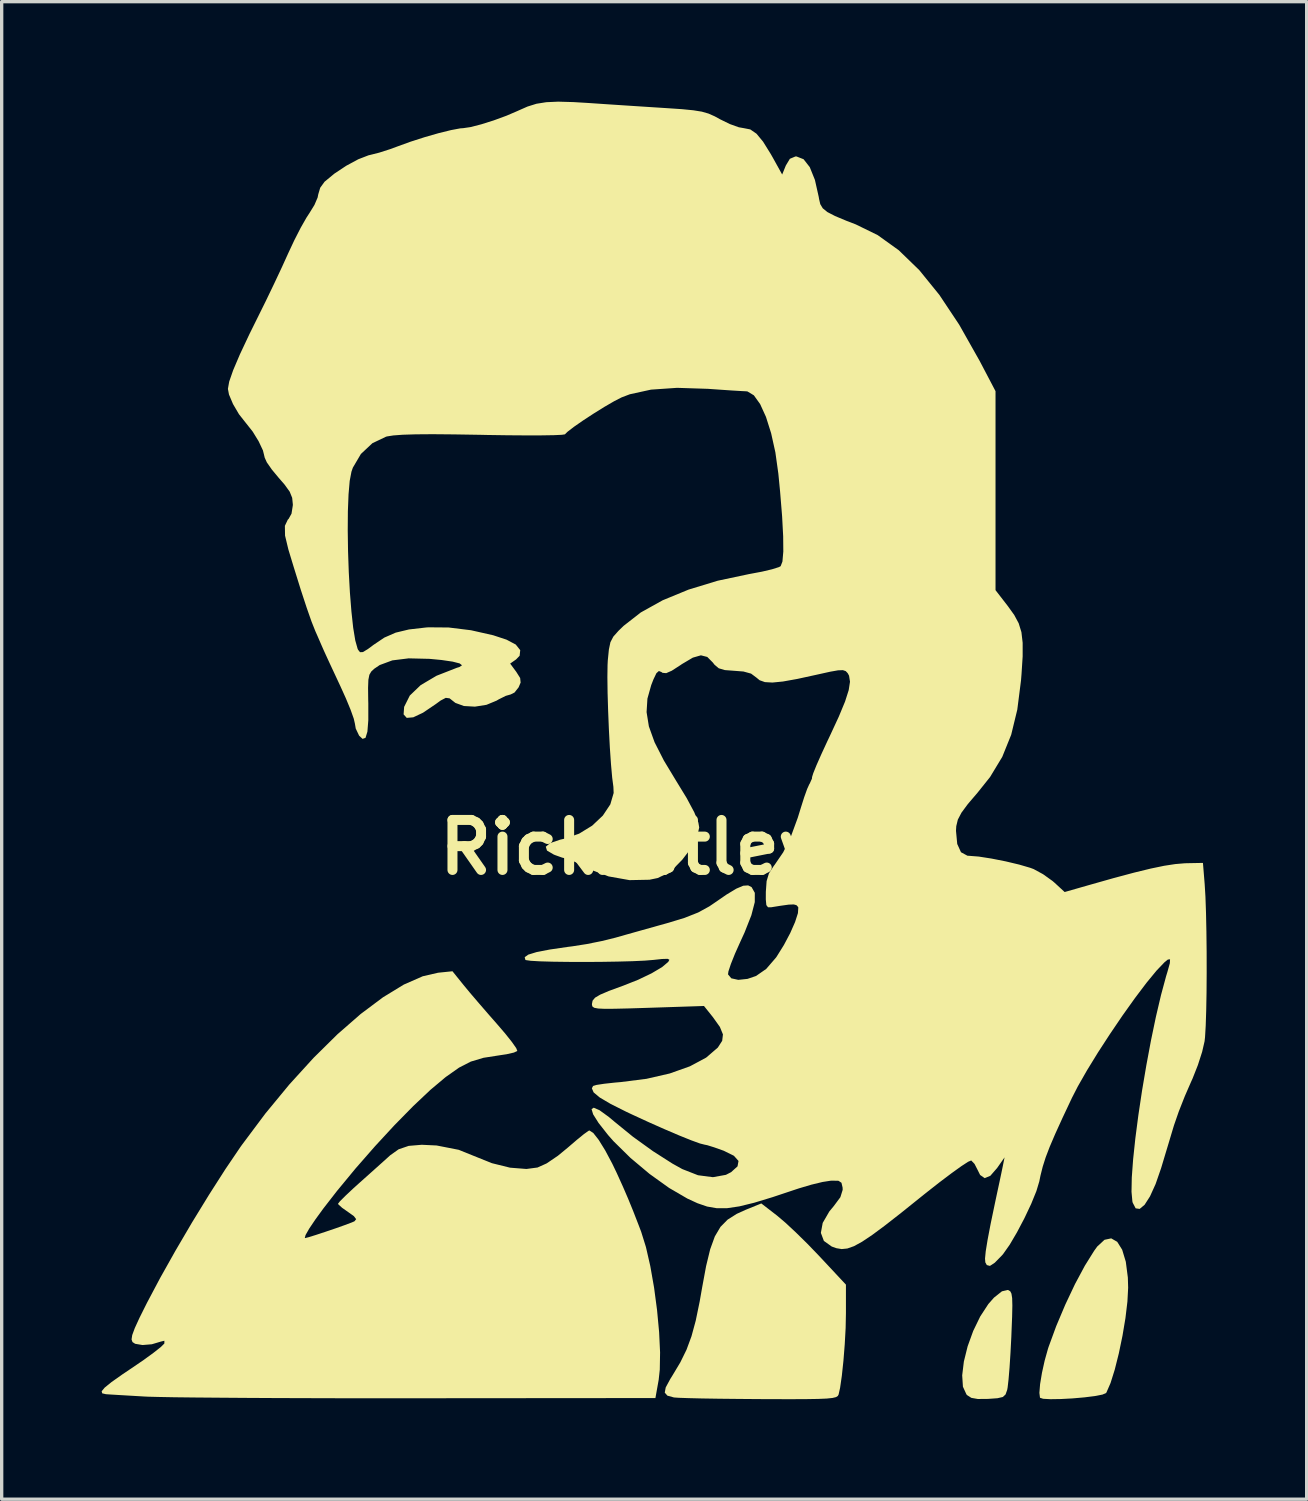
<source format=kicad_pcb>
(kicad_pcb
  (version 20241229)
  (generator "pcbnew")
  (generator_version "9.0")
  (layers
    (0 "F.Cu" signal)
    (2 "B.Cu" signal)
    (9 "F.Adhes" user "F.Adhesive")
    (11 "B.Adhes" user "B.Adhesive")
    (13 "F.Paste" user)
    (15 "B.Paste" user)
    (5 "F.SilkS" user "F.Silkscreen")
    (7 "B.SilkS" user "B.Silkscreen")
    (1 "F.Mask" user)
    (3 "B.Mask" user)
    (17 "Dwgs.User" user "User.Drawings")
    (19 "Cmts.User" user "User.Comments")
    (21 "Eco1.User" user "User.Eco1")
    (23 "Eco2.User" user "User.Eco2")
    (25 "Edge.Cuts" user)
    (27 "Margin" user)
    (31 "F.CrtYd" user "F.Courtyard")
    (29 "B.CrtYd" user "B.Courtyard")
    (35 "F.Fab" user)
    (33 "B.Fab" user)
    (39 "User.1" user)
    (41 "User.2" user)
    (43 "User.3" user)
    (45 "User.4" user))
  (footprint "RickAstley"
    (layer "F.Cu")
    (at 15.811 22.372)
    (property "Reference" "RickAstley" (at 0 0 0) (layer "F.SilkS") (effects (font (size 1.5 1.5) (thickness 0.3))))
    (attr board_only exclude_from_pos_files exclude_from_bom)
    (fp_poly (pts (xy 11.394 13.286) (xy 11.449 13.32) (xy 11.485 13.391) (xy 11.506 13.525) (xy 11.512 13.747) (xy 11.505 14.081) (xy 11.486 14.554) (xy 11.481 14.687) (xy 11.456 15.167) (xy 11.428 15.605) (xy 11.398 15.963) (xy 11.37 16.207) (xy 11.357 16.277) (xy 11.308 16.415) (xy 11.226 16.491) (xy 11.065 16.528) (xy 10.784 16.548) (xy 10.475 16.551) (xy 10.281 16.517) (xy 10.154 16.435) (xy 10.134 16.413) (xy 10.029 16.182) (xy 10.007 15.842) (xy 10.057 15.428) (xy 10.17 14.972) (xy 10.337 14.51) (xy 10.548 14.075) (xy 10.792 13.701) (xy 10.962 13.509) (xy 11.2 13.32) (xy 11.375 13.28)) (stroke (width 0) (type solid)) (fill yes) (layer "F.SilkS"))
    (fp_poly (pts (xy 14.658 11.835) (xy 14.807 12.073) (xy 14.916 12.434) (xy 14.977 12.907) (xy 14.986 13.213) (xy 14.964 13.628) (xy 14.905 14.123) (xy 14.816 14.655) (xy 14.706 15.184) (xy 14.584 15.67) (xy 14.458 16.072) (xy 14.337 16.35) (xy 14.324 16.371) (xy 14.218 16.418) (xy 13.988 16.463) (xy 13.675 16.502) (xy 13.321 16.533) (xy 12.969 16.552) (xy 12.66 16.557) (xy 12.436 16.545) (xy 12.341 16.514) (xy 12.323 16.369) (xy 12.344 16.106) (xy 12.4 15.768) (xy 12.481 15.401) (xy 12.58 15.047) (xy 12.597 14.994) (xy 12.828 14.364) (xy 13.1 13.72) (xy 13.392 13.102) (xy 13.687 12.552) (xy 13.963 12.109) (xy 14.059 11.976) (xy 14.276 11.775) (xy 14.478 11.732)) (stroke (width 0) (type solid)) (fill yes) (layer "F.SilkS"))
    (fp_poly (pts (xy 4.455 11.051) (xy 4.699 11.258) (xy 5.015 11.552) (xy 5.365 11.896) (xy 5.707 12.251) (xy 5.725 12.27) (xy 6.519 13.12) (xy 6.519 13.974) (xy 6.51 14.421) (xy 6.483 14.912) (xy 6.444 15.405) (xy 6.396 15.854) (xy 6.344 16.214) (xy 6.299 16.417) (xy 6.275 16.46) (xy 6.22 16.495) (xy 6.115 16.52) (xy 5.943 16.538) (xy 5.683 16.549) (xy 5.317 16.555) (xy 4.826 16.557) (xy 4.193 16.555) (xy 3.91 16.554) (xy 3.287 16.549) (xy 2.71 16.543) (xy 2.205 16.535) (xy 1.795 16.525) (xy 1.504 16.515) (xy 1.358 16.505) (xy 1.355 16.504) (xy 1.163 16.451) (xy 1.083 16.36) (xy 1.112 16.204) (xy 1.248 15.952) (xy 1.314 15.846) (xy 1.55 15.452) (xy 1.736 15.073) (xy 1.885 14.67) (xy 2.012 14.203) (xy 2.13 13.631) (xy 2.204 13.21) (xy 2.324 12.562) (xy 2.446 12.059) (xy 2.585 11.675) (xy 2.755 11.387) (xy 2.97 11.169) (xy 3.244 10.996) (xy 3.508 10.876) (xy 3.98 10.684)) (stroke (width 0) (type solid)) (fill yes) (layer "F.SilkS"))
    (fp_poly (pts (xy -4.953 4.131) (xy -4.756 4.369) (xy -4.485 4.686) (xy -4.181 5.037) (xy -3.958 5.291) (xy -3.703 5.588) (xy -3.501 5.842) (xy -3.373 6.025) (xy -3.34 6.109) (xy -3.442 6.157) (xy -3.66 6.207) (xy -3.872 6.239) (xy -4.353 6.314) (xy -4.735 6.428) (xy -5.088 6.609) (xy -5.481 6.886) (xy -5.503 6.903) (xy -5.946 7.275) (xy -6.461 7.761) (xy -7.023 8.333) (xy -7.608 8.966) (xy -8.192 9.633) (xy -8.75 10.309) (xy -9.156 10.831) (xy -9.4 11.166) (xy -9.585 11.441) (xy -9.694 11.633) (xy -9.716 11.72) (xy -9.708 11.723) (xy -9.602 11.697) (xy -9.383 11.629) (xy -9.098 11.535) (xy -8.792 11.431) (xy -8.513 11.332) (xy -8.306 11.254) (xy -8.227 11.22) (xy -8.175 11.156) (xy -8.243 11.066) (xy -8.409 10.947) (xy -8.598 10.814) (xy -8.708 10.714) (xy -8.72 10.693) (xy -8.661 10.618) (xy -8.5 10.457) (xy -8.266 10.237) (xy -8.065 10.056) (xy -7.757 9.781) (xy -7.469 9.523) (xy -7.241 9.318) (xy -7.154 9.239) (xy -6.902 9.06) (xy -6.6 8.957) (xy -6.208 8.924) (xy -5.761 8.945) (xy -5.098 9.075) (xy -4.655 9.254) (xy -4.103 9.476) (xy -3.559 9.611) (xy -3.067 9.65) (xy -2.734 9.606) (xy -2.463 9.484) (xy -2.122 9.253) (xy -1.821 9.005) (xy -1.559 8.78) (xy -1.344 8.605) (xy -1.206 8.507) (xy -1.177 8.495) (xy -1.062 8.569) (xy -0.899 8.777) (xy -0.704 9.092) (xy -0.492 9.49) (xy -0.358 9.769) (xy -0.171 10.182) (xy -0.017 10.539) (xy 0.132 10.903) (xy 0.301 11.338) (xy 0.375 11.532) (xy 0.519 11.994) (xy 0.65 12.567) (xy 0.763 13.211) (xy 0.852 13.883) (xy 0.914 14.545) (xy 0.943 15.155) (xy 0.934 15.672) (xy 0.901 15.975) (xy 0.803 16.523) (xy -6.351 16.529) (xy -7.464 16.53) (xy -8.549 16.529) (xy -9.59 16.526) (xy -10.573 16.523) (xy -11.483 16.518) (xy -12.305 16.512) (xy -13.024 16.506) (xy -13.625 16.499) (xy -14.095 16.49) (xy -14.417 16.482) (xy -14.52 16.477) (xy -14.93 16.453) (xy -15.287 16.432) (xy -15.553 16.416) (xy -15.684 16.407) (xy -15.795 16.381) (xy -15.811 16.319) (xy -15.721 16.21) (xy -15.515 16.043) (xy -15.181 15.807) (xy -14.904 15.621) (xy -14.554 15.382) (xy -14.257 15.166) (xy -14.041 14.996) (xy -13.935 14.892) (xy -13.93 14.883) (xy -13.929 14.803) (xy -14.033 14.828) (xy -14.306 14.909) (xy -14.585 14.932) (xy -14.806 14.895) (xy -14.886 14.843) (xy -14.914 14.764) (xy -14.894 14.633) (xy -14.818 14.426) (xy -14.677 14.118) (xy -14.462 13.687) (xy -14.452 13.667) (xy -14.055 12.918) (xy -13.595 12.099) (xy -13.098 11.252) (xy -12.589 10.422) (xy -12.097 9.653) (xy -11.647 8.989) (xy -11.602 8.926) (xy -10.899 7.986) (xy -10.179 7.113) (xy -9.454 6.317) (xy -8.737 5.609) (xy -8.038 4.999) (xy -7.37 4.499) (xy -6.746 4.118) (xy -6.177 3.868) (xy -5.717 3.762) (xy -5.286 3.718)) (stroke (width 0) (type solid)) (fill yes) (layer "F.SilkS"))
    (fp_poly (pts (xy -1.656 -22.359) (xy -1.204 -22.332) (xy -0.63 -22.293) (xy 0.024 -22.25) (xy 0.669 -22.208) (xy 1.12 -22.179) (xy 1.596 -22.147) (xy 1.942 -22.113) (xy 2.196 -22.072) (xy 2.397 -22.014) (xy 2.582 -21.932) (xy 2.748 -21.841) (xy 3.036 -21.7) (xy 3.303 -21.604) (xy 3.455 -21.577) (xy 3.649 -21.539) (xy 3.835 -21.411) (xy 4.033 -21.172) (xy 4.264 -20.8) (xy 4.326 -20.691) (xy 4.606 -20.186) (xy 4.716 -20.457) (xy 4.837 -20.658) (xy 5.002 -20.727) (xy 5.036 -20.728) (xy 5.248 -20.645) (xy 5.434 -20.407) (xy 5.588 -20.025) (xy 5.703 -19.513) (xy 5.713 -19.451) (xy 5.749 -19.297) (xy 5.823 -19.173) (xy 5.962 -19.06) (xy 6.191 -18.941) (xy 6.538 -18.796) (xy 6.816 -18.689) (xy 7.472 -18.368) (xy 8.104 -17.914) (xy 8.718 -17.319) (xy 9.321 -16.576) (xy 9.918 -15.679) (xy 10.517 -14.618) (xy 10.53 -14.595) (xy 11.007 -13.686) (xy 11.007 -10.701) (xy 11.007 -7.716) (xy 11.379 -7.235) (xy 11.569 -6.97) (xy 11.702 -6.722) (xy 11.784 -6.456) (xy 11.821 -6.137) (xy 11.821 -5.73) (xy 11.787 -5.2) (xy 11.772 -5.012) (xy 11.66 -4.131) (xy 11.477 -3.377) (xy 11.209 -2.714) (xy 10.843 -2.109) (xy 10.469 -1.641) (xy 10.177 -1.299) (xy 9.986 -1.041) (xy 9.876 -0.831) (xy 9.829 -0.635) (xy 9.821 -0.496) (xy 9.858 -0.101) (xy 9.971 0.147) (xy 10.163 0.251) (xy 10.221 0.255) (xy 10.503 0.277) (xy 10.887 0.337) (xy 11.312 0.421) (xy 11.719 0.518) (xy 12.047 0.614) (xy 12.15 0.652) (xy 12.433 0.806) (xy 12.719 1.011) (xy 12.785 1.068) (xy 13.081 1.341) (xy 13.801 1.135) (xy 14.553 0.922) (xy 15.167 0.758) (xy 15.664 0.637) (xy 16.069 0.553) (xy 16.402 0.502) (xy 16.688 0.478) (xy 16.764 0.476) (xy 17.23 0.467) (xy 17.282 1.104) (xy 17.305 1.481) (xy 17.322 1.967) (xy 17.334 2.53) (xy 17.341 3.137) (xy 17.342 3.755) (xy 17.338 4.353) (xy 17.328 4.896) (xy 17.313 5.354) (xy 17.293 5.693) (xy 17.279 5.819) (xy 17.206 6.136) (xy 17.078 6.533) (xy 16.919 6.936) (xy 16.867 7.051) (xy 16.685 7.469) (xy 16.505 7.926) (xy 16.363 8.335) (xy 16.34 8.41) (xy 16.216 8.824) (xy 16.081 9.272) (xy 15.976 9.622) (xy 15.81 10.101) (xy 15.641 10.473) (xy 15.479 10.725) (xy 15.332 10.848) (xy 15.211 10.831) (xy 15.123 10.662) (xy 15.113 10.621) (xy 15.087 10.334) (xy 15.095 9.907) (xy 15.135 9.364) (xy 15.202 8.731) (xy 15.293 8.033) (xy 15.404 7.294) (xy 15.532 6.539) (xy 15.671 5.794) (xy 15.819 5.084) (xy 15.972 4.432) (xy 16.125 3.866) (xy 16.164 3.738) (xy 16.237 3.477) (xy 16.243 3.359) (xy 16.177 3.367) (xy 16.076 3.449) (xy 15.839 3.697) (xy 15.537 4.064) (xy 15.191 4.522) (xy 14.82 5.042) (xy 14.444 5.596) (xy 14.081 6.154) (xy 13.752 6.69) (xy 13.476 7.173) (xy 13.301 7.514) (xy 13.016 8.119) (xy 12.797 8.6) (xy 12.632 8.986) (xy 12.511 9.303) (xy 12.423 9.581) (xy 12.356 9.847) (xy 12.32 10.024) (xy 12.233 10.314) (xy 12.077 10.697) (xy 11.875 11.125) (xy 11.651 11.55) (xy 11.431 11.924) (xy 11.238 12.198) (xy 11.205 12.237) (xy 10.985 12.462) (xy 10.839 12.558) (xy 10.746 12.533) (xy 10.701 12.452) (xy 10.692 12.339) (xy 10.713 12.12) (xy 10.768 11.781) (xy 10.858 11.308) (xy 10.987 10.689) (xy 11.047 10.406) (xy 11.12 10.067) (xy 11.185 9.759) (xy 11.227 9.557) (xy 11.278 9.302) (xy 11.055 9.621) (xy 10.851 9.855) (xy 10.682 9.925) (xy 10.545 9.83) (xy 10.474 9.687) (xy 10.377 9.498) (xy 10.278 9.395) (xy 10.277 9.395) (xy 10.184 9.434) (xy 9.98 9.567) (xy 9.688 9.777) (xy 9.326 10.05) (xy 8.917 10.371) (xy 8.765 10.493) (xy 8.172 10.969) (xy 7.692 11.344) (xy 7.308 11.629) (xy 7.003 11.833) (xy 6.76 11.966) (xy 6.561 12.036) (xy 6.392 12.053) (xy 6.233 12.027) (xy 6.093 11.977) (xy 5.857 11.808) (xy 5.767 11.567) (xy 5.822 11.268) (xy 6.021 10.924) (xy 6.155 10.762) (xy 6.352 10.497) (xy 6.421 10.277) (xy 6.419 10.209) (xy 6.385 10.064) (xy 6.296 10.004) (xy 6.099 10) (xy 6.055 10.003) (xy 5.817 10.04) (xy 5.482 10.121) (xy 5.111 10.231) (xy 4.996 10.269) (xy 4.315 10.496) (xy 3.766 10.663) (xy 3.321 10.772) (xy 2.955 10.826) (xy 2.642 10.827) (xy 2.354 10.777) (xy 2.066 10.678) (xy 1.762 10.538) (xy 1.214 10.219) (xy 0.627 9.798) (xy 0.054 9.317) (xy -0.454 8.817) (xy -0.619 8.63) (xy -0.902 8.27) (xy -1.066 8.01) (xy -1.113 7.854) (xy -1.048 7.811) (xy -0.874 7.887) (xy -0.594 8.09) (xy -0.426 8.231) (xy 0.128 8.682) (xy 0.73 9.116) (xy 1.316 9.49) (xy 1.609 9.653) (xy 2.081 9.838) (xy 2.528 9.896) (xy 2.917 9.826) (xy 3.073 9.746) (xy 3.267 9.571) (xy 3.296 9.409) (xy 3.158 9.254) (xy 2.853 9.103) (xy 2.833 9.096) (xy 2.566 9.001) (xy 2.36 8.937) (xy 2.277 8.92) (xy 2.139 8.885) (xy 1.875 8.789) (xy 1.513 8.643) (xy 1.08 8.458) (xy 0.602 8.246) (xy 0.107 8.018) (xy -0.065 7.937) (xy -0.541 7.698) (xy -0.867 7.506) (xy -1.051 7.352) (xy -1.104 7.23) (xy -1.067 7.159) (xy -0.963 7.128) (xy -0.732 7.093) (xy -0.413 7.058) (xy -0.231 7.042) (xy 0.535 6.945) (xy 1.232 6.785) (xy 1.837 6.57) (xy 2.325 6.309) (xy 2.671 6.011) (xy 2.677 6.005) (xy 2.806 5.805) (xy 2.829 5.613) (xy 2.737 5.388) (xy 2.526 5.092) (xy 2.515 5.079) (xy 2.26 4.76) (xy 0.58 4.815) (xy 0.007 4.833) (xy -0.418 4.843) (xy -0.717 4.845) (xy -0.913 4.836) (xy -1.028 4.815) (xy -1.083 4.781) (xy -1.1 4.732) (xy -1.101 4.7) (xy -1.082 4.6) (xy -1.008 4.511) (xy -0.852 4.419) (xy -0.589 4.307) (xy -0.192 4.161) (xy -0.169 4.153) (xy 0.285 3.973) (xy 0.688 3.78) (xy 1.002 3.594) (xy 1.187 3.438) (xy 1.223 3.373) (xy 1.17 3.345) (xy 1.002 3.35) (xy 0.751 3.377) (xy 0.484 3.399) (xy 0.112 3.416) (xy -0.334 3.428) (xy -0.826 3.436) (xy -1.335 3.439) (xy -1.829 3.437) (xy -2.281 3.431) (xy -2.661 3.42) (xy -2.938 3.404) (xy -3.084 3.383) (xy -3.098 3.377) (xy -3.119 3.296) (xy -3.011 3.219) (xy -2.763 3.143) (xy -2.366 3.066) (xy -1.812 2.985) (xy -1.697 2.971) (xy -1.263 2.903) (xy -0.8 2.81) (xy -0.403 2.712) (xy -0.385 2.707) (xy -0.043 2.61) (xy 0.395 2.487) (xy 0.862 2.356) (xy 1.143 2.278) (xy 1.675 2.117) (xy 2.085 1.955) (xy 2.419 1.772) (xy 2.54 1.69) (xy 2.938 1.416) (xy 3.23 1.24) (xy 3.438 1.152) (xy 3.585 1.142) (xy 3.688 1.193) (xy 3.785 1.365) (xy 3.784 1.644) (xy 3.682 2.037) (xy 3.479 2.552) (xy 3.35 2.834) (xy 3.191 3.189) (xy 3.068 3.497) (xy 2.994 3.72) (xy 2.981 3.811) (xy 3.08 3.93) (xy 3.289 3.976) (xy 3.565 3.947) (xy 3.821 3.86) (xy 4.127 3.648) (xy 4.422 3.306) (xy 4.44 3.28) (xy 4.658 2.93) (xy 4.848 2.571) (xy 4.993 2.241) (xy 5.079 1.974) (xy 5.09 1.806) (xy 5.082 1.788) (xy 5.036 1.736) (xy 4.954 1.713) (xy 4.801 1.719) (xy 4.543 1.755) (xy 4.276 1.798) (xy 4.181 1.798) (xy 4.131 1.733) (xy 4.115 1.564) (xy 4.116 1.334) (xy 4.139 1.013) (xy 4.209 0.782) (xy 4.352 0.561) (xy 4.381 0.523) (xy 4.637 0.149) (xy 4.862 -0.31) (xy 5.074 -0.888) (xy 5.167 -1.189) (xy 5.266 -1.502) (xy 5.356 -1.753) (xy 5.421 -1.896) (xy 5.43 -1.907) (xy 5.499 -2.061) (xy 5.503 -2.109) (xy 5.539 -2.225) (xy 5.635 -2.463) (xy 5.781 -2.793) (xy 5.961 -3.183) (xy 6.04 -3.349) (xy 6.307 -3.926) (xy 6.493 -4.375) (xy 6.602 -4.717) (xy 6.641 -4.968) (xy 6.613 -5.149) (xy 6.572 -5.225) (xy 6.513 -5.287) (xy 6.428 -5.316) (xy 6.283 -5.311) (xy 6.046 -5.269) (xy 5.681 -5.188) (xy 5.626 -5.176) (xy 5.058 -5.052) (xy 4.628 -4.975) (xy 4.313 -4.944) (xy 4.088 -4.957) (xy 3.93 -5.013) (xy 3.83 -5.095) (xy 3.673 -5.212) (xy 3.445 -5.275) (xy 3.176 -5.296) (xy 2.884 -5.318) (xy 2.703 -5.372) (xy 2.576 -5.479) (xy 2.524 -5.546) (xy 2.359 -5.712) (xy 2.168 -5.761) (xy 1.925 -5.691) (xy 1.599 -5.498) (xy 1.554 -5.467) (xy 1.294 -5.299) (xy 1.127 -5.226) (xy 1.018 -5.235) (xy 0.984 -5.259) (xy 0.907 -5.29) (xy 0.833 -5.225) (xy 0.743 -5.037) (xy 0.677 -4.867) (xy 0.563 -4.461) (xy 0.538 -4.056) (xy 0.607 -3.628) (xy 0.778 -3.152) (xy 1.057 -2.604) (xy 1.406 -2.026) (xy 1.742 -1.476) (xy 1.97 -1.049) (xy 2.092 -0.741) (xy 2.117 -0.595) (xy 2.051 -0.31) (xy 1.873 0.027) (xy 1.607 0.373) (xy 1.416 0.568) (xy 1.135 0.795) (xy 0.871 0.921) (xy 0.625 0.972) (xy 0.026 0.984) (xy -0.603 0.872) (xy -1.19 0.652) (xy -1.285 0.603) (xy -1.547 0.466) (xy -1.756 0.371) (xy -1.857 0.34) (xy -1.994 0.309) (xy -2.206 0.233) (xy -2.246 0.217) (xy -2.45 0.097) (xy -2.486 -0.018) (xy -2.356 -0.127) (xy -2.061 -0.228) (xy -1.924 -0.26) (xy -1.487 -0.41) (xy -1.095 -0.65) (xy -0.774 -0.953) (xy -0.55 -1.289) (xy -0.45 -1.631) (xy -0.458 -1.816) (xy -0.494 -2.091) (xy -0.53 -2.496) (xy -0.564 -2.993) (xy -0.593 -3.542) (xy -0.616 -4.103) (xy -0.632 -4.638) (xy -0.638 -5.106) (xy -0.633 -5.469) (xy -0.626 -5.607) (xy -0.593 -5.936) (xy -0.547 -6.155) (xy -0.459 -6.323) (xy -0.304 -6.497) (xy -0.151 -6.645) (xy 0.364 -7.047) (xy 1.022 -7.413) (xy 1.799 -7.733) (xy 2.672 -7.999) (xy 3.616 -8.199) (xy 3.639 -8.203) (xy 4 -8.271) (xy 4.304 -8.343) (xy 4.507 -8.407) (xy 4.56 -8.435) (xy 4.614 -8.575) (xy 4.64 -8.876) (xy 4.636 -9.331) (xy 4.604 -9.934) (xy 4.543 -10.679) (xy 4.491 -11.213) (xy 4.402 -11.85) (xy 4.275 -12.423) (xy 4.12 -12.914) (xy 3.944 -13.3) (xy 3.756 -13.562) (xy 3.563 -13.678) (xy 3.527 -13.682) (xy 3.371 -13.69) (xy 3.089 -13.707) (xy 2.723 -13.732) (xy 2.381 -13.756) (xy 1.453 -13.786) (xy 0.67 -13.732) (xy 0.035 -13.593) (xy -0.212 -13.499) (xy -0.436 -13.384) (xy -0.729 -13.214) (xy -1.052 -13.013) (xy -1.37 -12.805) (xy -1.645 -12.614) (xy -1.839 -12.464) (xy -1.912 -12.391) (xy -2.004 -12.377) (xy -2.243 -12.366) (xy -2.609 -12.36) (xy -3.08 -12.359) (xy -3.635 -12.363) (xy -4.251 -12.372) (xy -4.426 -12.376) (xy -5.229 -12.389) (xy -5.878 -12.395) (xy -6.389 -12.391) (xy -6.778 -12.379) (xy -7.06 -12.358) (xy -7.25 -12.328) (xy -7.279 -12.32) (xy -7.688 -12.125) (xy -8.033 -11.802) (xy -8.274 -11.392) (xy -8.316 -11.273) (xy -8.369 -10.996) (xy -8.404 -10.589) (xy -8.424 -10.083) (xy -8.428 -9.506) (xy -8.419 -8.888) (xy -8.397 -8.258) (xy -8.363 -7.646) (xy -8.318 -7.081) (xy -8.265 -6.591) (xy -8.202 -6.207) (xy -8.132 -5.958) (xy -8.118 -5.928) (xy -8.06 -5.855) (xy -7.974 -5.858) (xy -7.823 -5.949) (xy -7.658 -6.072) (xy -7.331 -6.292) (xy -6.991 -6.441) (xy -6.591 -6.537) (xy -6.078 -6.596) (xy -6.008 -6.601) (xy -5.402 -6.596) (xy -4.729 -6.513) (xy -4.065 -6.363) (xy -3.664 -6.231) (xy -3.387 -6.084) (xy -3.253 -5.916) (xy -3.271 -5.747) (xy -3.378 -5.637) (xy -3.555 -5.513) (xy -3.371 -5.264) (xy -3.255 -5.08) (xy -3.241 -4.943) (xy -3.301 -4.801) (xy -3.424 -4.645) (xy -3.539 -4.587) (xy -3.686 -4.545) (xy -3.899 -4.439) (xy -3.963 -4.401) (xy -4.265 -4.276) (xy -4.612 -4.221) (xy -4.943 -4.24) (xy -5.198 -4.333) (xy -5.239 -4.365) (xy -5.372 -4.47) (xy -5.487 -4.485) (xy -5.64 -4.405) (xy -5.784 -4.3) (xy -6.168 -4.04) (xy -6.462 -3.901) (xy -6.658 -3.884) (xy -6.752 -3.989) (xy -6.736 -4.214) (xy -6.566 -4.554) (xy -6.239 -4.867) (xy -5.764 -5.148) (xy -5.153 -5.387) (xy -5.08 -5.409) (xy -4.999 -5.462) (xy -5.072 -5.518) (xy -5.283 -5.572) (xy -5.617 -5.621) (xy -5.975 -5.655) (xy -6.6 -5.67) (xy -7.091 -5.609) (xy -7.469 -5.469) (xy -7.633 -5.358) (xy -7.722 -5.275) (xy -7.779 -5.177) (xy -7.809 -5.026) (xy -7.818 -4.788) (xy -7.814 -4.425) (xy -7.811 -4.318) (xy -7.811 -3.812) (xy -7.838 -3.47) (xy -7.895 -3.285) (xy -7.983 -3.254) (xy -8.087 -3.351) (xy -8.188 -3.564) (xy -8.213 -3.711) (xy -8.248 -3.863) (xy -8.343 -4.129) (xy -8.484 -4.47) (xy -8.642 -4.82) (xy -8.817 -5.195) (xy -8.972 -5.527) (xy -9.087 -5.777) (xy -9.145 -5.904) (xy -9.222 -6.079) (xy -9.334 -6.337) (xy -9.4 -6.486) (xy -9.516 -6.778) (xy -9.661 -7.192) (xy -9.84 -7.738) (xy -10.055 -8.429) (xy -10.209 -8.936) (xy -10.309 -9.353) (xy -10.314 -9.646) (xy -10.226 -9.832) (xy -10.202 -9.854) (xy -10.115 -10.011) (xy -10.076 -10.259) (xy -10.075 -10.288) (xy -10.095 -10.487) (xy -10.17 -10.671) (xy -10.326 -10.887) (xy -10.499 -11.086) (xy -10.705 -11.334) (xy -10.856 -11.551) (xy -10.921 -11.695) (xy -10.922 -11.704) (xy -10.972 -11.908) (xy -11.102 -12.184) (xy -11.281 -12.475) (xy -11.477 -12.723) (xy -11.483 -12.73) (xy -11.691 -12.994) (xy -11.87 -13.299) (xy -11.991 -13.585) (xy -12.023 -13.755) (xy -11.984 -13.975) (xy -11.865 -14.317) (xy -11.664 -14.789) (xy -11.379 -15.395) (xy -11.127 -15.904) (xy -10.887 -16.389) (xy -10.635 -16.913) (xy -10.401 -17.411) (xy -10.215 -17.821) (xy -10.031 -18.214) (xy -9.838 -18.591) (xy -9.663 -18.898) (xy -9.579 -19.026) (xy -9.427 -19.273) (xy -9.331 -19.497) (xy -9.313 -19.59) (xy -9.254 -19.789) (xy -9.123 -19.97) (xy -8.827 -20.214) (xy -8.471 -20.45) (xy -8.111 -20.644) (xy -7.803 -20.763) (xy -7.746 -20.776) (xy -7.485 -20.842) (xy -7.154 -20.948) (xy -6.918 -21.035) (xy -6.537 -21.173) (xy -6.116 -21.308) (xy -5.698 -21.428) (xy -5.328 -21.519) (xy -5.051 -21.571) (xy -4.963 -21.577) (xy -4.745 -21.609) (xy -4.422 -21.692) (xy -4.045 -21.811) (xy -3.666 -21.95) (xy -3.335 -22.092) (xy -3.318 -22.1) (xy -3.035 -22.225) (xy -2.766 -22.309) (xy -2.471 -22.356) (xy -2.114 -22.372)) (stroke (width 0) (type solid)) (fill yes) (layer "F.SilkS")))
  (gr_rect
    (start -3 -3)
    (end 36.153 41.929)
    (stroke (width 0.1) (type default))
    (fill no)
    (layer "Edge.Cuts")))
</source>
